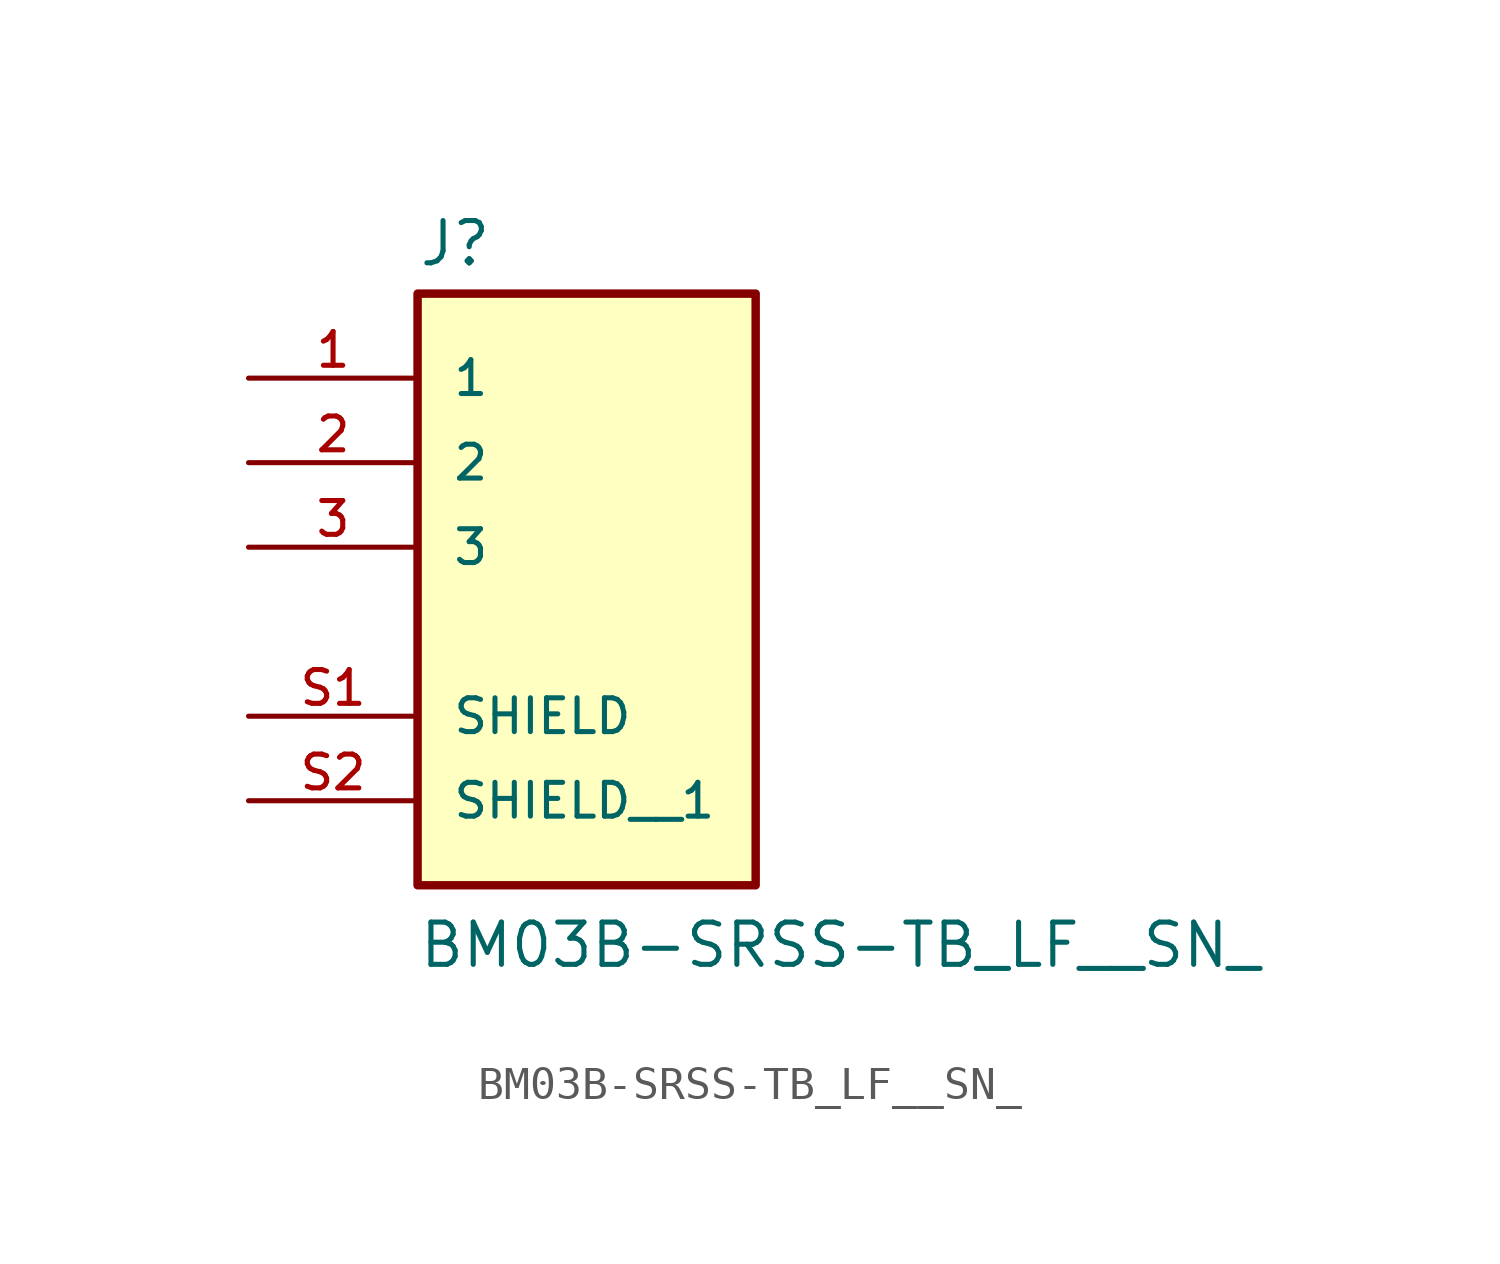
<source format=kicad_sym>
(kicad_symbol_lib
  (version 20220914)
  (generator kicad_symbol_editor)
  (symbol "BM03B-SRSS-TB_LF__SN_"
    (pin_names
      (offset 1.016))
    (property "Reference" "J"
      (at -5.08 8.382 0)
      (effects (font (size 1.27 1.27)) (justify left bottom)))
    (property "Value" "BM03B-SRSS-TB_LF__SN_"
      (at -5.08 -12.7 0)
      (effects (font (size 1.27 1.27)) (justify left bottom)))
    (symbol "BM03B-SRSS-TB_LF__SN__0_0"
      (rectangle (start -5.08 -10.16) (end 5.08 7.62) (stroke (width 0.254) (type default)) (fill (type background)))
      (pin passive line (at -10.16 5.08 0) (length 5.08) (name "1" (effects (font (size 1.016 1.016)))) (number "1" (effects (font (size 1.016 1.016)))))
      (pin passive line (at -10.16 2.54 0) (length 5.08) (name "2" (effects (font (size 1.016 1.016)))) (number "2" (effects (font (size 1.016 1.016)))))
      (pin passive line (at -10.16 0 0) (length 5.08) (name "3" (effects (font (size 1.016 1.016)))) (number "3" (effects (font (size 1.016 1.016)))))
      (pin passive line (at -10.16 -5.08 0) (length 5.08) (name "SHIELD" (effects (font (size 1.016 1.016)))) (number "S1" (effects (font (size 1.016 1.016)))))
      (pin passive line (at -10.16 -7.62 0) (length 5.08) (name "SHIELD__1" (effects (font (size 1.016 1.016)))) (number "S2" (effects (font (size 1.016 1.016))))))))
</source>
